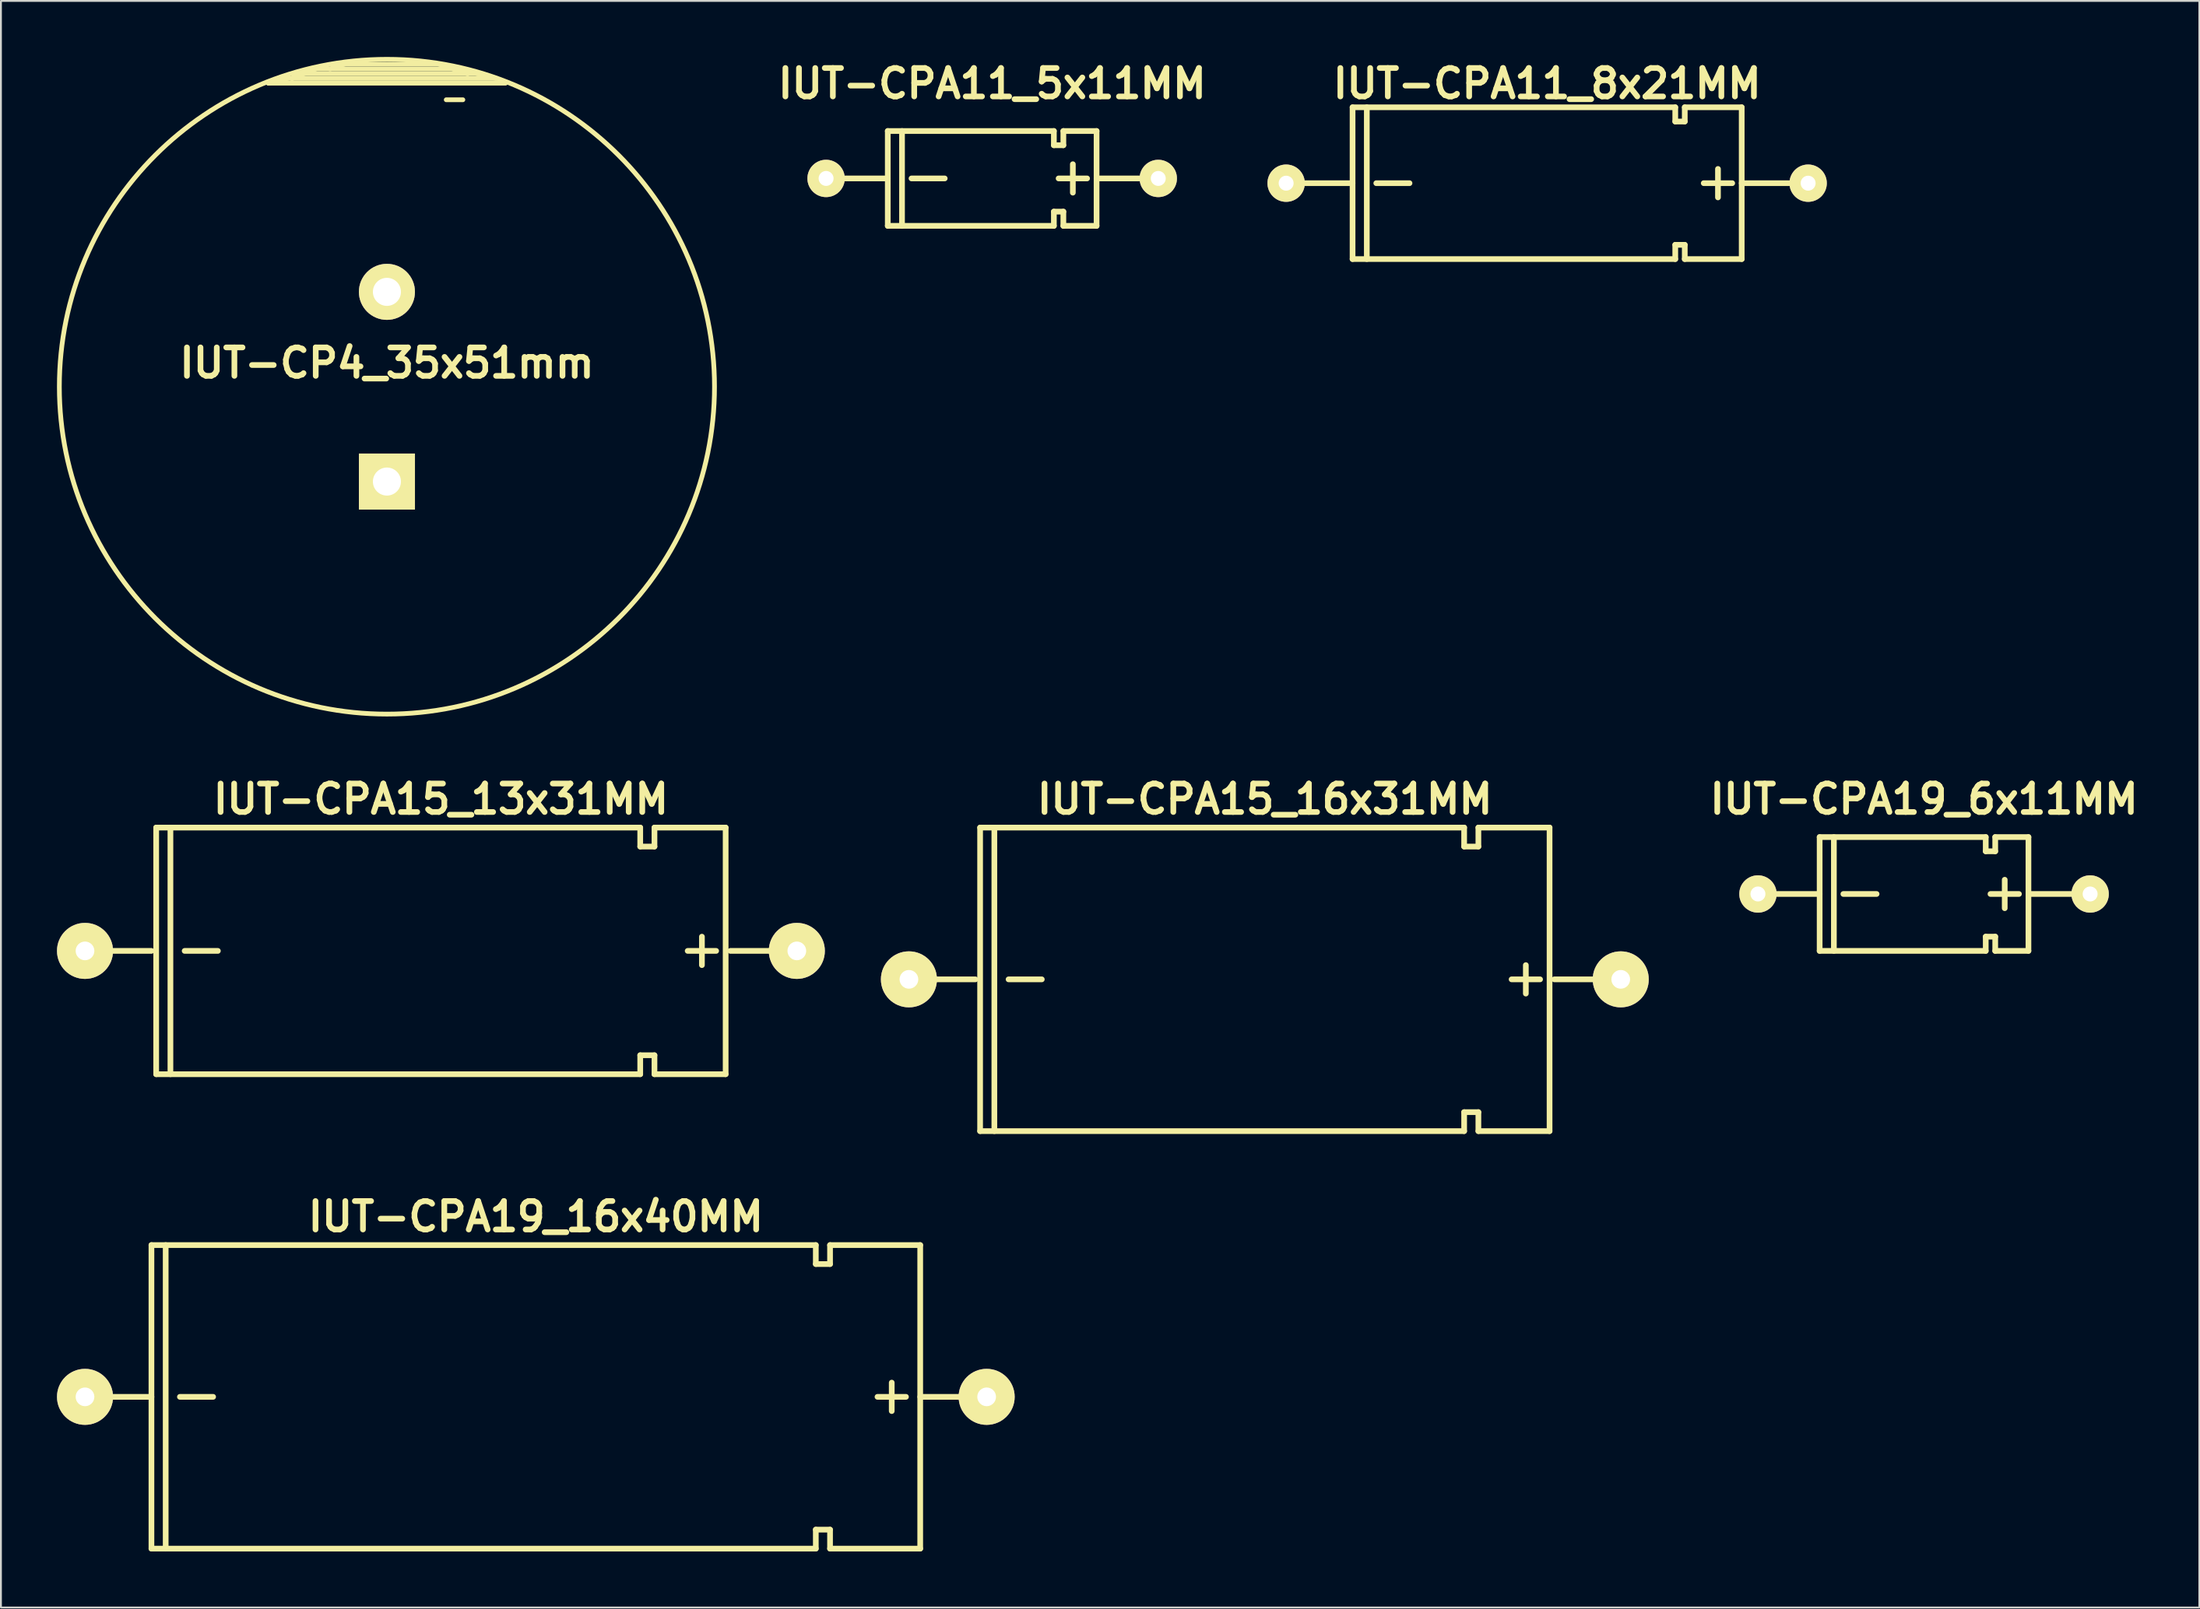
<source format=kicad_pcb>
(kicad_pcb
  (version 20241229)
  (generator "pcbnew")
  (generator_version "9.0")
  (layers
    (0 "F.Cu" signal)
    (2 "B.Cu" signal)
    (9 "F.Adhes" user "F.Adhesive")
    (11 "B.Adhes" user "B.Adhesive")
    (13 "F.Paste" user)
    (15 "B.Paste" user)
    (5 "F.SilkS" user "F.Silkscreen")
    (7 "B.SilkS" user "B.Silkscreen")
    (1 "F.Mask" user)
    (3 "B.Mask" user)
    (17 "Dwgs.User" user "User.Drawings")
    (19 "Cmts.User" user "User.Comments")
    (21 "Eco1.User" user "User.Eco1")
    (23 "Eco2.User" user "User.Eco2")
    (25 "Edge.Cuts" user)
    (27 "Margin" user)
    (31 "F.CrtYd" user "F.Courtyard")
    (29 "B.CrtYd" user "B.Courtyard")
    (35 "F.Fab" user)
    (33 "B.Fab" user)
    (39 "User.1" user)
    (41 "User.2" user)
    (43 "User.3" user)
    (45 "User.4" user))
  (footprint "IUT-CPA15_13x31MM"
    (layer "F.Cu")
    (at 20.55 47.875)
    (property "Reference" "IUT-CPA15_13x31MM" (at 0 -8.128 0) (layer "F.SilkS") (effects (font (size 1.524 1.524) (thickness 0.305))))
    (attr through_hole)
    (fp_line (start -15.494 0) (end -19.05 0) (stroke (width 0.305) (type solid)) (layer "F.SilkS"))
    (fp_line (start -15.24 -6.604) (end -15.24 6.604) (stroke (width 0.305) (type solid)) (layer "F.SilkS"))
    (fp_line (start -15.24 -6.604) (end 10.668 -6.604) (stroke (width 0.305) (type solid)) (layer "F.SilkS"))
    (fp_line (start -14.478 6.604) (end -14.478 -6.604) (stroke (width 0.305) (type solid)) (layer "F.SilkS"))
    (fp_line (start -13.716 0) (end -11.938 0) (stroke (width 0.305) (type solid)) (layer "F.SilkS"))
    (fp_line (start 10.668 -6.604) (end 10.668 -5.588) (stroke (width 0.305) (type solid)) (layer "F.SilkS"))
    (fp_line (start 10.668 -5.588) (end 11.43 -5.588) (stroke (width 0.305) (type solid)) (layer "F.SilkS"))
    (fp_line (start 10.668 5.588) (end 10.668 6.604) (stroke (width 0.305) (type solid)) (layer "F.SilkS"))
    (fp_line (start 10.668 6.604) (end -15.24 6.604) (stroke (width 0.305) (type solid)) (layer "F.SilkS"))
    (fp_line (start 11.43 -6.604) (end 15.24 -6.604) (stroke (width 0.305) (type solid)) (layer "F.SilkS"))
    (fp_line (start 11.43 -5.588) (end 11.43 -6.604) (stroke (width 0.305) (type solid)) (layer "F.SilkS"))
    (fp_line (start 11.43 5.588) (end 10.668 5.588) (stroke (width 0.305) (type solid)) (layer "F.SilkS"))
    (fp_line (start 11.43 6.604) (end 11.43 5.588) (stroke (width 0.305) (type solid)) (layer "F.SilkS"))
    (fp_line (start 13.97 0.762) (end 13.97 -0.762) (stroke (width 0.305) (type solid)) (layer "F.SilkS"))
    (fp_line (start 14.732 0) (end 13.208 0) (stroke (width 0.305) (type solid)) (layer "F.SilkS"))
    (fp_line (start 15.24 -6.604) (end 15.24 6.604) (stroke (width 0.305) (type solid)) (layer "F.SilkS"))
    (fp_line (start 15.24 6.604) (end 11.43 6.604) (stroke (width 0.305) (type solid)) (layer "F.SilkS"))
    (fp_line (start 15.494 0) (end 19.05 0) (stroke (width 0.305) (type solid)) (layer "F.SilkS"))
    (pad "1" thru_hole circle (at 19.05 0) (size 3 3) (drill 1.001) (layers "*.Cu" "*.Mask" "F.SilkS"))
    (pad "2" thru_hole circle (at -19.05 0) (size 3 3) (drill 1.001) (layers "*.Cu" "*.Mask" "F.SilkS")))
  (footprint "IUT-CPA11_5x11MM"
    (layer "F.Cu")
    (at 50.056 6.506)
    (property "Reference" "IUT-CPA11_5x11MM" (at 0 -5.08 0) (layer "F.SilkS") (effects (font (size 1.524 1.524) (thickness 0.305))))
    (attr through_hole)
    (fp_line (start -5.588 0) (end -8.89 0) (stroke (width 0.305) (type solid)) (layer "F.SilkS"))
    (fp_line (start -5.588 2.54) (end -5.588 -2.54) (stroke (width 0.305) (type solid)) (layer "F.SilkS"))
    (fp_line (start -4.826 -2.54) (end -4.826 2.54) (stroke (width 0.305) (type solid)) (layer "F.SilkS"))
    (fp_line (start -4.318 0) (end -2.54 0) (stroke (width 0.305) (type solid)) (layer "F.SilkS"))
    (fp_line (start 3.302 -2.54) (end -5.588 -2.54) (stroke (width 0.305) (type solid)) (layer "F.SilkS"))
    (fp_line (start 3.302 -2.54) (end 3.302 -1.778) (stroke (width 0.305) (type solid)) (layer "F.SilkS"))
    (fp_line (start 3.302 -1.778) (end 3.81 -1.778) (stroke (width 0.305) (type solid)) (layer "F.SilkS"))
    (fp_line (start 3.302 1.778) (end 3.302 2.54) (stroke (width 0.305) (type solid)) (layer "F.SilkS"))
    (fp_line (start 3.302 2.54) (end -5.588 2.54) (stroke (width 0.305) (type solid)) (layer "F.SilkS"))
    (fp_line (start 3.81 -2.54) (end 5.588 -2.54) (stroke (width 0.305) (type solid)) (layer "F.SilkS"))
    (fp_line (start 3.81 -1.778) (end 3.81 -2.54) (stroke (width 0.305) (type solid)) (layer "F.SilkS"))
    (fp_line (start 3.81 1.778) (end 3.302 1.778) (stroke (width 0.305) (type solid)) (layer "F.SilkS"))
    (fp_line (start 3.81 2.54) (end 3.81 1.778) (stroke (width 0.305) (type solid)) (layer "F.SilkS"))
    (fp_line (start 4.318 0.762) (end 4.318 -0.762) (stroke (width 0.305) (type solid)) (layer "F.SilkS"))
    (fp_line (start 5.08 0) (end 3.556 0) (stroke (width 0.305) (type solid)) (layer "F.SilkS"))
    (fp_line (start 5.588 -2.54) (end 5.588 2.54) (stroke (width 0.305) (type solid)) (layer "F.SilkS"))
    (fp_line (start 5.588 2.54) (end 3.81 2.54) (stroke (width 0.305) (type solid)) (layer "F.SilkS"))
    (fp_line (start 8.89 0) (end 5.588 0) (stroke (width 0.305) (type solid)) (layer "F.SilkS"))
    (pad "1" thru_hole circle (at 8.89 0) (size 1.999 1.999) (drill 0.8) (layers "*.Cu" "*.Mask" "F.SilkS"))
    (pad "2" thru_hole circle (at -8.89 0) (size 1.999 1.999) (drill 0.8) (layers "*.Cu" "*.Mask" "F.SilkS")))
  (footprint "IUT-CPA11_8x21MM"
    (layer "F.Cu")
    (at 79.76 6.76)
    (property "Reference" "IUT-CPA11_8x21MM" (at 0 -5.334 0) (layer "F.SilkS") (effects (font (size 1.524 1.524) (thickness 0.305))))
    (attr through_hole)
    (fp_line (start -10.414 0) (end -13.97 0) (stroke (width 0.305) (type solid)) (layer "F.SilkS"))
    (fp_line (start -10.414 4.064) (end -10.414 -4.064) (stroke (width 0.305) (type solid)) (layer "F.SilkS"))
    (fp_line (start -10.414 4.064) (end 6.858 4.064) (stroke (width 0.305) (type solid)) (layer "F.SilkS"))
    (fp_line (start -9.652 -4.064) (end -9.652 4.064) (stroke (width 0.305) (type solid)) (layer "F.SilkS"))
    (fp_line (start -9.144 0) (end -7.366 0) (stroke (width 0.305) (type solid)) (layer "F.SilkS"))
    (fp_line (start 6.858 -4.064) (end -10.414 -4.064) (stroke (width 0.305) (type solid)) (layer "F.SilkS"))
    (fp_line (start 6.858 -3.302) (end 6.858 -4.064) (stroke (width 0.305) (type solid)) (layer "F.SilkS"))
    (fp_line (start 6.858 3.302) (end 7.366 3.302) (stroke (width 0.305) (type solid)) (layer "F.SilkS"))
    (fp_line (start 6.858 4.064) (end 6.858 3.302) (stroke (width 0.305) (type solid)) (layer "F.SilkS"))
    (fp_line (start 7.366 -4.064) (end 7.366 -3.302) (stroke (width 0.305) (type solid)) (layer "F.SilkS"))
    (fp_line (start 7.366 -3.302) (end 6.858 -3.302) (stroke (width 0.305) (type solid)) (layer "F.SilkS"))
    (fp_line (start 7.366 3.302) (end 7.366 4.064) (stroke (width 0.305) (type solid)) (layer "F.SilkS"))
    (fp_line (start 7.366 4.064) (end 10.414 4.064) (stroke (width 0.305) (type solid)) (layer "F.SilkS"))
    (fp_line (start 9.144 0.762) (end 9.144 -0.762) (stroke (width 0.305) (type solid)) (layer "F.SilkS"))
    (fp_line (start 9.906 0) (end 8.382 0) (stroke (width 0.305) (type solid)) (layer "F.SilkS"))
    (fp_line (start 10.414 -4.064) (end 7.366 -4.064) (stroke (width 0.305) (type solid)) (layer "F.SilkS"))
    (fp_line (start 10.414 -4.064) (end 10.414 4.064) (stroke (width 0.305) (type solid)) (layer "F.SilkS"))
    (fp_line (start 10.414 0) (end 13.97 0) (stroke (width 0.305) (type solid)) (layer "F.SilkS"))
    (pad "1" thru_hole circle (at 13.97 0) (size 1.999 1.999) (drill 0.8) (layers "*.Cu" "*.Mask" "F.SilkS"))
    (pad "2" thru_hole circle (at -13.97 0) (size 1.999 1.999) (drill 0.8) (layers "*.Cu" "*.Mask" "F.SilkS")))
  (footprint "IUT-CP4_35x51mm"
    (layer "F.Cu")
    (at 17.66 17.66)
    (property "Reference" "IUT-CP4_35x51mm" (at 0 -1.27 0) (layer "F.SilkS") (effects (font (size 1.524 1.524) (thickness 0.305))))
    (attr through_hole)
    (fp_line (start -6.35 -16.256) (end -5.334 -16.51) (stroke (width 0.254) (type solid)) (layer "F.SilkS"))
    (fp_line (start -5.334 -16.51) (end 5.842 -16.51) (stroke (width 0.254) (type solid)) (layer "F.SilkS"))
    (fp_line (start -5.08 -16.51) (end -3.81 -17.018) (stroke (width 0.254) (type solid)) (layer "F.SilkS"))
    (fp_line (start -4.826 -16.764) (end -5.08 -16.51) (stroke (width 0.254) (type solid)) (layer "F.SilkS"))
    (fp_line (start -3.81 -17.018) (end 3.556 -17.018) (stroke (width 0.254) (type solid)) (layer "F.SilkS"))
    (fp_line (start -2.286 -17.272) (end -3.048 -17.018) (stroke (width 0.254) (type solid)) (layer "F.SilkS"))
    (fp_line (start 2.794 -17.272) (end -2.286 -17.272) (stroke (width 0.254) (type solid)) (layer "F.SilkS"))
    (fp_line (start 3.175 -15.367) (end 4.064 -15.367) (stroke (width 0.254) (type solid)) (layer "F.SilkS"))
    (fp_line (start 3.556 -17.018) (end 4.318 -16.764) (stroke (width 0.254) (type solid)) (layer "F.SilkS"))
    (fp_line (start 4.318 -16.764) (end 2.794 -17.272) (stroke (width 0.254) (type solid)) (layer "F.SilkS"))
    (fp_line (start 4.826 -16.764) (end -4.826 -16.764) (stroke (width 0.254) (type solid)) (layer "F.SilkS"))
    (fp_line (start 5.842 -16.51) (end 4.826 -16.764) (stroke (width 0.254) (type solid)) (layer "F.SilkS"))
    (fp_line (start 6.35 -16.256) (end -6.35 -16.256) (stroke (width 0.254) (type solid)) (layer "F.SilkS"))
    (fp_circle (center 0 0) (end 17.526 0.508) (stroke (width 0.254) (type solid)) (fill no) (layer "F.SilkS"))
    (pad "1" thru_hole rect (at 0 5.08) (size 3 3) (drill 1.501) (layers "*.Mask" "B.Cu" "F.SilkS"))
    (pad "2" thru_hole circle (at 0 -5.08) (size 3 3) (drill 1.501) (layers "*.Mask" "B.Cu" "F.SilkS")))
  (footprint "IUT-CPA19_6x11MM"
    (layer "F.Cu")
    (at 99.934 44.827)
    (property "Reference" "IUT-CPA19_6x11MM" (at 0 -5.08 0) (layer "F.SilkS") (effects (font (size 1.524 1.524) (thickness 0.305))))
    (attr through_hole)
    (fp_line (start -5.588 -3.048) (end -5.588 3.048) (stroke (width 0.305) (type solid)) (layer "F.SilkS"))
    (fp_line (start -5.588 0) (end -8.89 0) (stroke (width 0.305) (type solid)) (layer "F.SilkS"))
    (fp_line (start -4.826 -3.048) (end -4.826 3.048) (stroke (width 0.305) (type solid)) (layer "F.SilkS"))
    (fp_line (start -4.318 0) (end -2.54 0) (stroke (width 0.305) (type solid)) (layer "F.SilkS"))
    (fp_line (start 3.302 -3.048) (end -5.588 -3.048) (stroke (width 0.305) (type solid)) (layer "F.SilkS"))
    (fp_line (start 3.302 -3.048) (end 3.302 -2.286) (stroke (width 0.305) (type solid)) (layer "F.SilkS"))
    (fp_line (start 3.302 -2.286) (end 3.81 -2.286) (stroke (width 0.305) (type solid)) (layer "F.SilkS"))
    (fp_line (start 3.302 2.286) (end 3.302 3.048) (stroke (width 0.305) (type solid)) (layer "F.SilkS"))
    (fp_line (start 3.302 3.048) (end -5.588 3.048) (stroke (width 0.305) (type solid)) (layer "F.SilkS"))
    (fp_line (start 3.81 -3.048) (end 5.588 -3.048) (stroke (width 0.305) (type solid)) (layer "F.SilkS"))
    (fp_line (start 3.81 -2.286) (end 3.81 -3.048) (stroke (width 0.305) (type solid)) (layer "F.SilkS"))
    (fp_line (start 3.81 2.286) (end 3.302 2.286) (stroke (width 0.305) (type solid)) (layer "F.SilkS"))
    (fp_line (start 3.81 3.048) (end 3.81 2.286) (stroke (width 0.305) (type solid)) (layer "F.SilkS"))
    (fp_line (start 4.318 0.762) (end 4.318 -0.762) (stroke (width 0.305) (type solid)) (layer "F.SilkS"))
    (fp_line (start 5.08 0) (end 3.556 0) (stroke (width 0.305) (type solid)) (layer "F.SilkS"))
    (fp_line (start 5.588 -3.048) (end 5.588 3.048) (stroke (width 0.305) (type solid)) (layer "F.SilkS"))
    (fp_line (start 5.588 3.048) (end 3.81 3.048) (stroke (width 0.305) (type solid)) (layer "F.SilkS"))
    (fp_line (start 8.89 0) (end 5.588 0) (stroke (width 0.305) (type solid)) (layer "F.SilkS"))
    (pad "1" thru_hole circle (at 8.89 0) (size 1.999 1.999) (drill 0.8) (layers "*.Cu" "*.Mask" "F.SilkS"))
    (pad "2" thru_hole circle (at -8.89 0) (size 1.999 1.999) (drill 0.8) (layers "*.Cu" "*.Mask" "F.SilkS")))
  (footprint "IUT-CPA15_16x31MM"
    (layer "F.Cu")
    (at 64.65 49.399)
    (property "Reference" "IUT-CPA15_16x31MM" (at 0 -9.652 0) (layer "F.SilkS") (effects (font (size 1.524 1.524) (thickness 0.305))))
    (attr through_hole)
    (fp_line (start -15.494 0) (end -19.05 0) (stroke (width 0.305) (type solid)) (layer "F.SilkS"))
    (fp_line (start -15.24 -8.128) (end 10.668 -8.128) (stroke (width 0.305) (type solid)) (layer "F.SilkS"))
    (fp_line (start -15.24 8.128) (end -15.24 -8.128) (stroke (width 0.305) (type solid)) (layer "F.SilkS"))
    (fp_line (start -14.478 -8.128) (end -14.478 8.128) (stroke (width 0.305) (type solid)) (layer "F.SilkS"))
    (fp_line (start -13.716 0) (end -11.938 0) (stroke (width 0.305) (type solid)) (layer "F.SilkS"))
    (fp_line (start 10.668 -8.128) (end 10.668 -7.112) (stroke (width 0.305) (type solid)) (layer "F.SilkS"))
    (fp_line (start 10.668 -7.112) (end 11.43 -7.112) (stroke (width 0.305) (type solid)) (layer "F.SilkS"))
    (fp_line (start 10.668 7.112) (end 10.668 8.128) (stroke (width 0.305) (type solid)) (layer "F.SilkS"))
    (fp_line (start 10.668 8.128) (end -15.24 8.128) (stroke (width 0.305) (type solid)) (layer "F.SilkS"))
    (fp_line (start 11.43 -8.128) (end 15.24 -8.128) (stroke (width 0.305) (type solid)) (layer "F.SilkS"))
    (fp_line (start 11.43 -7.112) (end 11.43 -8.128) (stroke (width 0.305) (type solid)) (layer "F.SilkS"))
    (fp_line (start 11.43 7.112) (end 10.668 7.112) (stroke (width 0.305) (type solid)) (layer "F.SilkS"))
    (fp_line (start 11.43 8.128) (end 11.43 7.112) (stroke (width 0.305) (type solid)) (layer "F.SilkS"))
    (fp_line (start 13.97 0.762) (end 13.97 -0.762) (stroke (width 0.305) (type solid)) (layer "F.SilkS"))
    (fp_line (start 14.732 0) (end 13.208 0) (stroke (width 0.305) (type solid)) (layer "F.SilkS"))
    (fp_line (start 15.24 8.128) (end 11.43 8.128) (stroke (width 0.305) (type solid)) (layer "F.SilkS"))
    (fp_line (start 15.24 8.128) (end 15.24 -8.128) (stroke (width 0.305) (type solid)) (layer "F.SilkS"))
    (fp_line (start 15.494 0) (end 19.05 0) (stroke (width 0.305) (type solid)) (layer "F.SilkS"))
    (pad "1" thru_hole circle (at 19.05 0) (size 3 3) (drill 1.001) (layers "*.Cu" "*.Mask" "F.SilkS"))
    (pad "2" thru_hole circle (at -19.05 0) (size 3 3) (drill 1.001) (layers "*.Cu" "*.Mask" "F.SilkS")))
  (footprint "IUT-CPA19_16x40MM"
    (layer "F.Cu")
    (at 25.63 71.758)
    (property "Reference" "IUT-CPA19_16x40MM" (at 0 -9.652 0) (layer "F.SilkS") (effects (font (size 1.524 1.524) (thickness 0.305))))
    (attr through_hole)
    (fp_line (start -20.574 0) (end -24.13 0) (stroke (width 0.305) (type solid)) (layer "F.SilkS"))
    (fp_line (start -20.574 8.128) (end -20.574 -8.128) (stroke (width 0.305) (type solid)) (layer "F.SilkS"))
    (fp_line (start -19.812 -8.128) (end -19.812 8.128) (stroke (width 0.305) (type solid)) (layer "F.SilkS"))
    (fp_line (start -19.05 0) (end -17.272 0) (stroke (width 0.305) (type solid)) (layer "F.SilkS"))
    (fp_line (start 14.986 -8.128) (end -20.574 -8.128) (stroke (width 0.305) (type solid)) (layer "F.SilkS"))
    (fp_line (start 14.986 -8.128) (end 14.986 -7.112) (stroke (width 0.305) (type solid)) (layer "F.SilkS"))
    (fp_line (start 14.986 -7.112) (end 15.748 -7.112) (stroke (width 0.305) (type solid)) (layer "F.SilkS"))
    (fp_line (start 14.986 7.112) (end 14.986 8.128) (stroke (width 0.305) (type solid)) (layer "F.SilkS"))
    (fp_line (start 14.986 8.128) (end -20.574 8.128) (stroke (width 0.305) (type solid)) (layer "F.SilkS"))
    (fp_line (start 15.748 -7.112) (end 15.748 -8.128) (stroke (width 0.305) (type solid)) (layer "F.SilkS"))
    (fp_line (start 15.748 7.112) (end 14.986 7.112) (stroke (width 0.305) (type solid)) (layer "F.SilkS"))
    (fp_line (start 15.748 8.128) (end 15.748 7.112) (stroke (width 0.305) (type solid)) (layer "F.SilkS"))
    (fp_line (start 19.05 0.762) (end 19.05 -0.762) (stroke (width 0.305) (type solid)) (layer "F.SilkS"))
    (fp_line (start 19.812 0) (end 18.288 0) (stroke (width 0.305) (type solid)) (layer "F.SilkS"))
    (fp_line (start 20.574 -8.128) (end 15.748 -8.128) (stroke (width 0.305) (type solid)) (layer "F.SilkS"))
    (fp_line (start 20.574 0) (end 24.13 0) (stroke (width 0.305) (type solid)) (layer "F.SilkS"))
    (fp_line (start 20.574 8.128) (end 15.748 8.128) (stroke (width 0.305) (type solid)) (layer "F.SilkS"))
    (fp_line (start 20.574 8.128) (end 20.574 -8.128) (stroke (width 0.305) (type solid)) (layer "F.SilkS"))
    (pad "1" thru_hole circle (at 24.13 0) (size 3 3) (drill 1.001) (layers "*.Cu" "*.Mask" "F.SilkS"))
    (pad "2" thru_hole circle (at -24.13 0) (size 3 3) (drill 1.001) (layers "*.Cu" "*.Mask" "F.SilkS")))
  (gr_rect
    (start -3 -3)
    (end 114.669 83.038)
    (stroke (width 0.1) (type default))
    (fill no)
    (layer "Edge.Cuts")))
</source>
